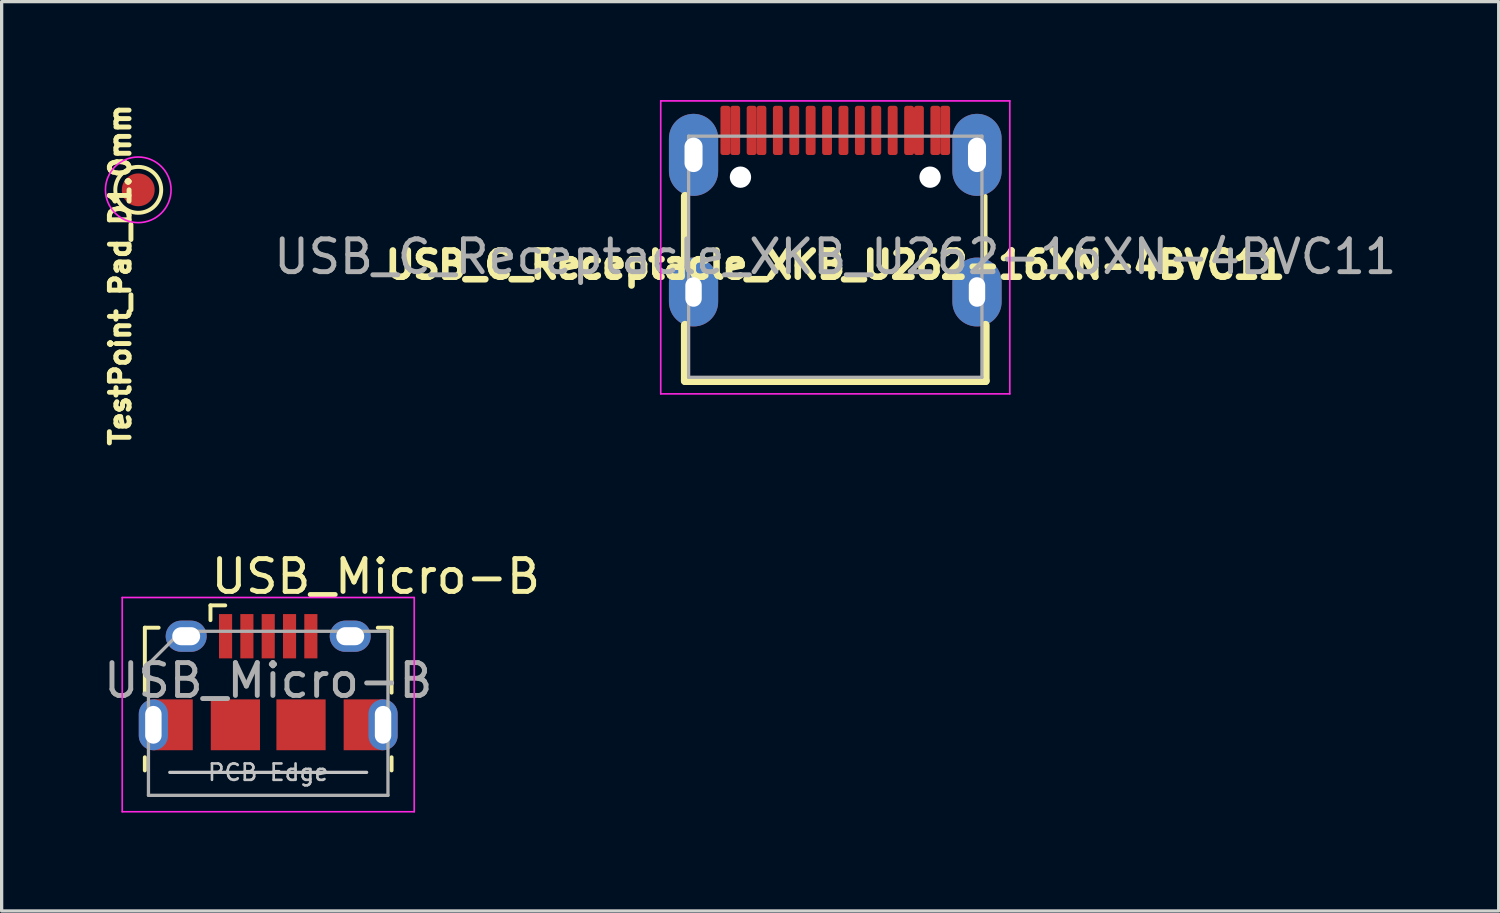
<source format=kicad_pcb>
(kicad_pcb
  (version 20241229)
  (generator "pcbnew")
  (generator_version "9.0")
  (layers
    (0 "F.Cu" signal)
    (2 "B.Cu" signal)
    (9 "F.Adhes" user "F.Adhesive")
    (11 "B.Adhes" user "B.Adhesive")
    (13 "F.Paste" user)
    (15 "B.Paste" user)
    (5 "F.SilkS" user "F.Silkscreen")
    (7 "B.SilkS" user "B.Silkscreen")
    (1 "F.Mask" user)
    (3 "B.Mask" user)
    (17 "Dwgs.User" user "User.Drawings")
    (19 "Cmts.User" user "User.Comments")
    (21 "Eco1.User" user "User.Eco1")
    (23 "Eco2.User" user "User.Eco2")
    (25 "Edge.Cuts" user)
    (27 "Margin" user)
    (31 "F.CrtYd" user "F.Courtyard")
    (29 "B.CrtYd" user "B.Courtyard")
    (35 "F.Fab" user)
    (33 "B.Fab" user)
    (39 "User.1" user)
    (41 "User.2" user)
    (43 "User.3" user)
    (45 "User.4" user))
  (footprint "USB_C_Receptacle_XKB_U262-16XN-4BVC11"
    (layer "F.Cu")
    (at 22.409 4.775)
    (property "Reference" "USB_C_Receptacle_XKB_U262-16XN-4BVC11" (at 0 0.25 180) (layer "F.SilkS") (effects (font (size 0.8 0.8) (thickness 0.3))))
    (attr smd)
    (fp_line (start -4.58 -1.85) (end -4.58 0.07) (stroke (width 0.25) (type solid)) (layer "F.SilkS"))
    (fp_line (start -4.58 3.785) (end -4.58 2.08) (stroke (width 0.25) (type solid)) (layer "F.SilkS"))
    (fp_line (start 4.58 0.07) (end 4.58 -1.85) (stroke (width 0.12) (type solid)) (layer "F.SilkS"))
    (fp_line (start 4.58 2.08) (end 4.58 3.785) (stroke (width 0.25) (type solid)) (layer "F.SilkS"))
    (fp_line (start 4.58 3.785) (end -4.58 3.785) (stroke (width 0.25) (type solid)) (layer "F.SilkS"))
    (fp_line (start -5.32 -4.75) (end 5.32 -4.75) (stroke (width 0.05) (type solid)) (layer "F.CrtYd"))
    (fp_line (start -5.32 4.18) (end -5.32 -4.75) (stroke (width 0.05) (type solid)) (layer "F.CrtYd"))
    (fp_line (start 5.32 -4.75) (end 5.32 4.18) (stroke (width 0.05) (type solid)) (layer "F.CrtYd"))
    (fp_line (start 5.32 4.18) (end -5.32 4.18) (stroke (width 0.05) (type solid)) (layer "F.CrtYd"))
    (fp_line (start -4.47 -3.675) (end -4.47 3.675) (stroke (width 0.1) (type solid)) (layer "F.Fab"))
    (fp_line (start -4.47 -3.675) (end 4.47 -3.675) (stroke (width 0.1) (type solid)) (layer "F.Fab"))
    (fp_line (start -4.47 3.675) (end 4.47 3.675) (stroke (width 0.1) (type solid)) (layer "F.Fab"))
    (fp_line (start 4.47 3.675) (end 4.47 -3.675) (stroke (width 0.1) (type solid)) (layer "F.Fab"))
    (fp_text user "${REFERENCE}" (at 0 0 180) (layer "F.Fab") (effects (font (size 1 1) (thickness 0.15))))
    (pad "" np_thru_hole circle (at -2.89 -2.425) (size 0.65 0.65) (drill 0.65) (layers "*.Cu" "*.Mask"))
    (pad "" np_thru_hole circle (at 2.89 -2.425) (size 0.65 0.65) (drill 0.65) (layers "*.Cu" "*.Mask"))
    (pad "A1" smd roundrect (at -3.35 -3.85) (size 0.3 1.5) (layers "F.Cu" "F.Mask" "F.Paste") (roundrect_rratio 0.25))
    (pad "A4" smd roundrect (at -2.55 -3.85) (size 0.3 1.5) (layers "F.Cu" "F.Mask" "F.Paste") (roundrect_rratio 0.25))
    (pad "A5" smd roundrect (at -1.25 -3.85) (size 0.3 1.5) (layers "F.Cu" "F.Mask" "F.Paste") (roundrect_rratio 0.25))
    (pad "A6" smd roundrect (at -0.25 -3.85) (size 0.3 1.5) (layers "F.Cu" "F.Mask" "F.Paste") (roundrect_rratio 0.25))
    (pad "A7" smd roundrect (at 0.25 -3.85) (size 0.3 1.5) (layers "F.Cu" "F.Mask" "F.Paste") (roundrect_rratio 0.25))
    (pad "A8" smd roundrect (at 1.25 -3.85) (size 0.3 1.5) (layers "F.Cu" "F.Mask" "F.Paste") (roundrect_rratio 0.25))
    (pad "A9" smd roundrect (at 2.55 -3.85) (size 0.3 1.5) (layers "F.Cu" "F.Mask" "F.Paste") (roundrect_rratio 0.25))
    (pad "A12" smd roundrect (at 3.35 -3.85) (size 0.3 1.5) (layers "F.Cu" "F.Mask" "F.Paste") (roundrect_rratio 0.25))
    (pad "B1" smd roundrect (at 3.05 -3.85) (size 0.3 1.5) (layers "F.Cu" "F.Mask" "F.Paste") (roundrect_rratio 0.25))
    (pad "B4" smd roundrect (at 2.25 -3.85) (size 0.3 1.5) (layers "F.Cu" "F.Mask" "F.Paste") (roundrect_rratio 0.25))
    (pad "B5" smd roundrect (at 1.75 -3.85) (size 0.3 1.5) (layers "F.Cu" "F.Mask" "F.Paste") (roundrect_rratio 0.25))
    (pad "B6" smd roundrect (at 0.75 -3.85) (size 0.3 1.5) (layers "F.Cu" "F.Mask" "F.Paste") (roundrect_rratio 0.25))
    (pad "B7" smd roundrect (at -0.75 -3.85) (size 0.3 1.5) (layers "F.Cu" "F.Mask" "F.Paste") (roundrect_rratio 0.25))
    (pad "B8" smd roundrect (at -1.75 -3.85) (size 0.3 1.5) (layers "F.Cu" "F.Mask" "F.Paste") (roundrect_rratio 0.25))
    (pad "B9" smd roundrect (at -2.25 -3.85) (size 0.3 1.5) (layers "F.Cu" "F.Mask" "F.Paste") (roundrect_rratio 0.25))
    (pad "B12" smd roundrect (at -3.05 -3.85) (size 0.3 1.5) (layers "F.Cu" "F.Mask" "F.Paste") (roundrect_rratio 0.25))
    (pad "S1" thru_hole oval (at -4.32 -3.105) (size 1.5 2.5) (drill oval 0.55 1.05) (layers "*.Cu" "*.Mask"))
    (pad "S1" thru_hole oval (at -4.32 1.075) (size 1.5 2.1) (drill oval 0.5 0.9) (layers "*.Cu" "*.Mask"))
    (pad "S1" thru_hole oval (at 4.32 -3.105) (size 1.5 2.5) (drill oval 0.55 1.05) (layers "*.Cu" "*.Mask"))
    (pad "S1" thru_hole oval (at 4.32 1.075) (size 1.5 2.1) (drill oval 0.5 0.9) (layers "*.Cu" "*.Mask")))
  (footprint "TestPoint_Pad_D1.0mm"
    (layer "F.Cu")
    (at 1.164 2.736)
    (property "Reference" "TestPoint_Pad_D1.0mm" (at -0.55 2.6 270) (layer "F.SilkS") (effects (font (size 0.6 0.6) (thickness 0.15))))
    (attr exclude_from_pos_files)
    (fp_circle (center 0 0) (end 0 0.7) (stroke (width 0.12) (type solid)) (fill no) (layer "F.SilkS"))
    (fp_circle (center 0 0) (end 1 0) (stroke (width 0.05) (type solid)) (fill no) (layer "F.CrtYd"))
    (pad "1" smd circle (at 0 0) (size 1 1) (layers "F.Cu" "F.Mask")))
  (footprint "USB_Micro-B"
    (layer "F.Cu")
    (at 5.125 17.742)
    (property "Reference" "USB_Micro-B" (at 3.28 -3.221 180) (layer "F.SilkS") (effects (font (size 1 1) (thickness 0.15))))
    (attr smd)
    (fp_line (start -3.76 -1.66) (end -3.34 -1.66) (stroke (width 0.12) (type solid)) (layer "F.SilkS"))
    (fp_line (start -3.76 0.32) (end -3.76 -1.66) (stroke (width 0.12) (type solid)) (layer "F.SilkS"))
    (fp_line (start -3.76 2.69) (end -3.76 2.29) (stroke (width 0.12) (type solid)) (layer "F.SilkS"))
    (fp_line (start -1.76 -1.89) (end -1.76 -2.34) (stroke (width 0.12) (type solid)) (layer "F.SilkS"))
    (fp_line (start -1.31 -2.34) (end -1.76 -2.34) (stroke (width 0.12) (type solid)) (layer "F.SilkS"))
    (fp_line (start 3.76 -1.66) (end 3.34 -1.66) (stroke (width 0.12) (type solid)) (layer "F.SilkS"))
    (fp_line (start 3.76 0.32) (end 3.76 -1.66) (stroke (width 0.12) (type solid)) (layer "F.SilkS"))
    (fp_line (start 3.76 2.29) (end 3.76 2.69) (stroke (width 0.12) (type solid)) (layer "F.SilkS"))
    (fp_line (start 3 2.75) (end -3 2.75) (stroke (width 0.1) (type solid)) (layer "Dwgs.User"))
    (fp_line (start -4.45 -2.58) (end -4.45 3.95) (stroke (width 0.05) (type solid)) (layer "F.CrtYd"))
    (fp_line (start -4.45 -2.58) (end 4.45 -2.58) (stroke (width 0.05) (type solid)) (layer "F.CrtYd"))
    (fp_line (start -4.45 3.95) (end 4.45 3.95) (stroke (width 0.05) (type solid)) (layer "F.CrtYd"))
    (fp_line (start 4.45 -2.58) (end 4.45 3.95) (stroke (width 0.05) (type solid)) (layer "F.CrtYd"))
    (fp_line (start -3.65 -0.55) (end -2.65 -1.55) (stroke (width 0.1) (type solid)) (layer "F.Fab"))
    (fp_line (start -3.65 3.45) (end -3.65 -0.55) (stroke (width 0.1) (type solid)) (layer "F.Fab"))
    (fp_line (start -2.65 -1.55) (end 3.65 -1.55) (stroke (width 0.1) (type solid)) (layer "F.Fab"))
    (fp_line (start 3.65 -1.55) (end 3.65 3.45) (stroke (width 0.1) (type solid)) (layer "F.Fab"))
    (fp_line (start 3.65 3.45) (end -3.65 3.45) (stroke (width 0.1) (type solid)) (layer "F.Fab"))
    (fp_text user "PCB Edge" (at 0 2.75 180) (layer "Dwgs.User") (effects (font (size 0.5 0.5) (thickness 0.08))))
    (fp_text user "${REFERENCE}" (at 0 -0.05 180) (layer "F.Fab") (effects (font (size 1 1) (thickness 0.15))))
    (pad "" smd oval (at -3.5 1.3) (size 0.89 1.55) (layers "F.Paste"))
    (pad "" smd oval (at -2.5 -1.4) (size 1.25 0.95) (layers "F.Paste"))
    (pad "" smd oval (at 2.5 -1.4) (size 1.25 0.95) (layers "F.Paste"))
    (pad "" smd oval (at 3.5 1.3) (size 0.89 1.55) (layers "F.Paste"))
    (pad "1" smd rect (at -1.3 -1.4) (size 0.4 1.35) (layers "F.Cu" "F.Mask" "F.Paste"))
    (pad "2" smd rect (at -0.65 -1.4) (size 0.4 1.35) (layers "F.Cu" "F.Mask" "F.Paste"))
    (pad "3" smd rect (at 0 -1.4) (size 0.4 1.35) (layers "F.Cu" "F.Mask" "F.Paste"))
    (pad "4" smd rect (at 0.65 -1.4) (size 0.4 1.35) (layers "F.Cu" "F.Mask" "F.Paste"))
    (pad "5" smd rect (at 1.3 -1.4) (size 0.4 1.35) (layers "F.Cu" "F.Mask" "F.Paste"))
    (pad "6" thru_hole oval (at -3.5 1.3) (size 0.89 1.55) (drill oval 0.5 1.15) (layers "*.Cu" "*.Mask"))
    (pad "6" smd rect (at -2.9 1.3) (size 1.2 1.55) (layers "F.Cu" "F.Mask" "F.Paste"))
    (pad "6" thru_hole oval (at -2.5 -1.4) (size 1.25 0.95) (drill oval 0.85 0.55) (layers "*.Cu" "*.Mask"))
    (pad "6" smd rect (at -1 1.3) (size 1.5 1.55) (layers "F.Cu" "F.Mask" "F.Paste"))
    (pad "6" smd rect (at 1 1.3) (size 1.5 1.55) (layers "F.Cu" "F.Mask" "F.Paste"))
    (pad "6" thru_hole oval (at 2.5 -1.4) (size 1.25 0.95) (drill oval 0.85 0.55) (layers "*.Cu" "*.Mask"))
    (pad "6" smd rect (at 2.9 1.3) (size 1.2 1.55) (layers "F.Cu" "F.Mask" "F.Paste"))
    (pad "6" thru_hole oval (at 3.5 1.3) (size 0.89 1.55) (drill oval 0.5 1.15) (layers "*.Cu" "*.Mask")))
  (gr_rect
    (start -3 -3)
    (end 42.63 24.717)
    (stroke (width 0.1) (type default))
    (fill no)
    (layer "Edge.Cuts")))
</source>
